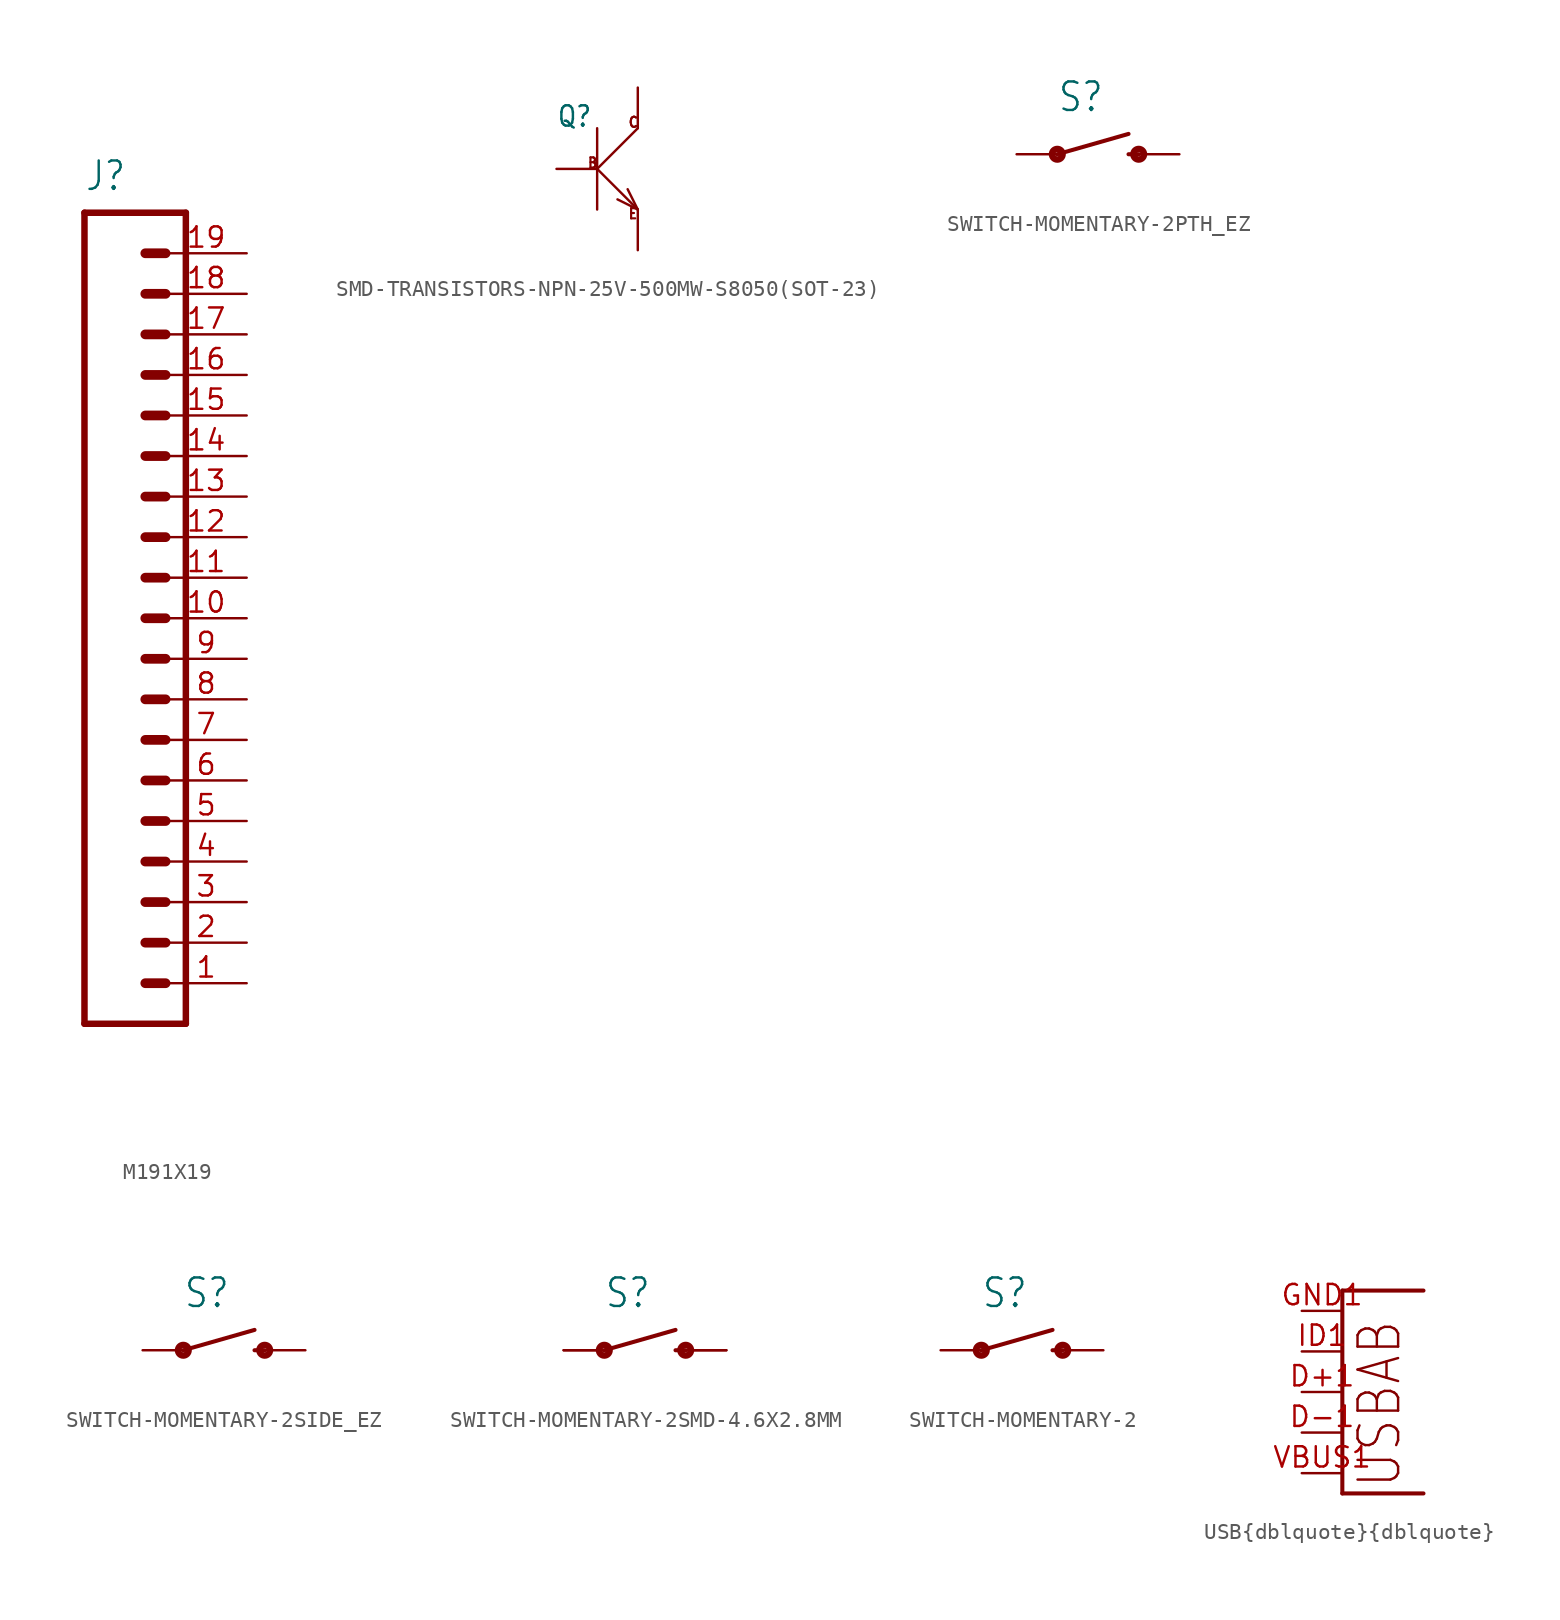
<source format=kicad_sym>
(kicad_symbol_lib
  (version 20231120)
  (generator "kicad_symbol_editor")
  (generator_version "8.0")
  (symbol "M191X19"
    (property "Reference" "J"
      (at 0 26.67 0)
      (effects (font (size 1.778 1.511)) (justify left bottom)))
    (property "Value" ""
      (at 0 -27.94 0)
      (effects (font (size 1.778 1.511)) (justify left bottom)))
    (property "ki_locked" ""
      (at 0 0 0)
      (effects (font (size 1.27 1.27))))
    (symbol "M191X19_1_0"
      (polyline (pts (xy 0 25.4) (xy 0 -25.4)) (stroke (width 0.406) (type solid)) (fill (type none)))
      (polyline (pts (xy 0 25.4) (xy 6.35 25.4)) (stroke (width 0.406) (type solid)) (fill (type none)))
      (polyline (pts (xy 3.81 -22.86) (xy 5.08 -22.86)) (stroke (width 0.61) (type solid)) (fill (type none)))
      (polyline (pts (xy 3.81 -20.32) (xy 5.08 -20.32)) (stroke (width 0.61) (type solid)) (fill (type none)))
      (polyline (pts (xy 3.81 -17.78) (xy 5.08 -17.78)) (stroke (width 0.61) (type solid)) (fill (type none)))
      (polyline (pts (xy 3.81 -15.24) (xy 5.08 -15.24)) (stroke (width 0.61) (type solid)) (fill (type none)))
      (polyline (pts (xy 3.81 -12.7) (xy 5.08 -12.7)) (stroke (width 0.61) (type solid)) (fill (type none)))
      (polyline (pts (xy 3.81 -10.16) (xy 5.08 -10.16)) (stroke (width 0.61) (type solid)) (fill (type none)))
      (polyline (pts (xy 3.81 -7.62) (xy 5.08 -7.62)) (stroke (width 0.61) (type solid)) (fill (type none)))
      (polyline (pts (xy 3.81 -5.08) (xy 5.08 -5.08)) (stroke (width 0.61) (type solid)) (fill (type none)))
      (polyline (pts (xy 3.81 -2.54) (xy 5.08 -2.54)) (stroke (width 0.61) (type solid)) (fill (type none)))
      (polyline (pts (xy 3.81 0) (xy 5.08 0)) (stroke (width 0.61) (type solid)) (fill (type none)))
      (polyline (pts (xy 3.81 2.54) (xy 5.08 2.54)) (stroke (width 0.61) (type solid)) (fill (type none)))
      (polyline (pts (xy 3.81 5.08) (xy 5.08 5.08)) (stroke (width 0.61) (type solid)) (fill (type none)))
      (polyline (pts (xy 3.81 7.62) (xy 5.08 7.62)) (stroke (width 0.61) (type solid)) (fill (type none)))
      (polyline (pts (xy 3.81 10.16) (xy 5.08 10.16)) (stroke (width 0.61) (type solid)) (fill (type none)))
      (polyline (pts (xy 3.81 12.7) (xy 5.08 12.7)) (stroke (width 0.61) (type solid)) (fill (type none)))
      (polyline (pts (xy 3.81 15.24) (xy 5.08 15.24)) (stroke (width 0.61) (type solid)) (fill (type none)))
      (polyline (pts (xy 3.81 17.78) (xy 5.08 17.78)) (stroke (width 0.61) (type solid)) (fill (type none)))
      (polyline (pts (xy 3.81 20.32) (xy 5.08 20.32)) (stroke (width 0.61) (type solid)) (fill (type none)))
      (polyline (pts (xy 3.81 22.86) (xy 5.08 22.86)) (stroke (width 0.61) (type solid)) (fill (type none)))
      (polyline (pts (xy 6.35 -25.4) (xy 0 -25.4)) (stroke (width 0.406) (type solid)) (fill (type none)))
      (polyline (pts (xy 6.35 -25.4) (xy 6.35 25.4)) (stroke (width 0.406) (type solid)) (fill (type none)))
      (pin passive line (at 10.16 -22.86 180) (length 5.08) (name "1" (effects (font (size 0 0)))) (number "1" (effects (font (size 1.27 1.27)))))
      (pin passive line (at 10.16 0 180) (length 5.08) (name "10" (effects (font (size 0 0)))) (number "10" (effects (font (size 1.27 1.27)))))
      (pin passive line (at 10.16 2.54 180) (length 5.08) (name "11" (effects (font (size 0 0)))) (number "11" (effects (font (size 1.27 1.27)))))
      (pin passive line (at 10.16 5.08 180) (length 5.08) (name "12" (effects (font (size 0 0)))) (number "12" (effects (font (size 1.27 1.27)))))
      (pin passive line (at 10.16 7.62 180) (length 5.08) (name "13" (effects (font (size 0 0)))) (number "13" (effects (font (size 1.27 1.27)))))
      (pin passive line (at 10.16 10.16 180) (length 5.08) (name "14" (effects (font (size 0 0)))) (number "14" (effects (font (size 1.27 1.27)))))
      (pin passive line (at 10.16 12.7 180) (length 5.08) (name "15" (effects (font (size 0 0)))) (number "15" (effects (font (size 1.27 1.27)))))
      (pin passive line (at 10.16 15.24 180) (length 5.08) (name "16" (effects (font (size 0 0)))) (number "16" (effects (font (size 1.27 1.27)))))
      (pin passive line (at 10.16 17.78 180) (length 5.08) (name "17" (effects (font (size 0 0)))) (number "17" (effects (font (size 1.27 1.27)))))
      (pin passive line (at 10.16 20.32 180) (length 5.08) (name "18" (effects (font (size 0 0)))) (number "18" (effects (font (size 1.27 1.27)))))
      (pin passive line (at 10.16 22.86 180) (length 5.08) (name "19" (effects (font (size 0 0)))) (number "19" (effects (font (size 1.27 1.27)))))
      (pin passive line (at 10.16 -20.32 180) (length 5.08) (name "2" (effects (font (size 0 0)))) (number "2" (effects (font (size 1.27 1.27)))))
      (pin passive line (at 10.16 -17.78 180) (length 5.08) (name "3" (effects (font (size 0 0)))) (number "3" (effects (font (size 1.27 1.27)))))
      (pin passive line (at 10.16 -15.24 180) (length 5.08) (name "4" (effects (font (size 0 0)))) (number "4" (effects (font (size 1.27 1.27)))))
      (pin passive line (at 10.16 -12.7 180) (length 5.08) (name "5" (effects (font (size 0 0)))) (number "5" (effects (font (size 1.27 1.27)))))
      (pin passive line (at 10.16 -10.16 180) (length 5.08) (name "6" (effects (font (size 0 0)))) (number "6" (effects (font (size 1.27 1.27)))))
      (pin passive line (at 10.16 -7.62 180) (length 5.08) (name "7" (effects (font (size 0 0)))) (number "7" (effects (font (size 1.27 1.27)))))
      (pin passive line (at 10.16 -5.08 180) (length 5.08) (name "8" (effects (font (size 0 0)))) (number "8" (effects (font (size 1.27 1.27)))))
      (pin passive line (at 10.16 -2.54 180) (length 5.08) (name "9" (effects (font (size 0 0)))) (number "9" (effects (font (size 1.27 1.27)))))))
  (symbol "SMD-TRANSISTORS-NPN-25V-500MW-S8050(SOT-23)"
    (property "Reference" "Q"
      (at -2.54 2.54 0)
      (effects (font (size 1.27 1.079)) (justify left bottom)))
    (property "Value" ""
      (at 3.81 2.54 0)
      (effects (font (size 1.27 1.079)) (justify left bottom)))
    (property "ki_locked" ""
      (at 0 0 0)
      (effects (font (size 1.27 1.27))))
    (symbol "SMD-TRANSISTORS-NPN-25V-500MW-S8050(SOT-23)_1_0"
      (polyline (pts (xy 0 -2.54) (xy 0 0)) (stroke (width 0.152) (type solid)) (fill (type none)))
      (polyline (pts (xy 0 0) (xy 0 2.54)) (stroke (width 0.152) (type solid)) (fill (type none)))
      (polyline (pts (xy 0 0) (xy 2.54 -2.54)) (stroke (width 0.152) (type solid)) (fill (type none)))
      (polyline (pts (xy 0 0) (xy 2.54 2.54)) (stroke (width 0.152) (type solid)) (fill (type none)))
      (polyline (pts (xy 2.54 -2.54) (xy 1.27 -1.905)) (stroke (width 0.152) (type solid)) (fill (type none)))
      (polyline (pts (xy 2.54 -2.54) (xy 1.905 -1.27)) (stroke (width 0.152) (type solid)) (fill (type none)))
      (text "B" (at -0.635 0 0) (effects (font (size 0.635 0.54)) (justify left bottom)))
      (text "C" (at 1.905 2.54 0) (effects (font (size 0.635 0.54)) (justify left bottom)))
      (text "E" (at 1.905 -3.175 0) (effects (font (size 0.635 0.54)) (justify left bottom)))
      (pin passive line (at -2.54 0 0) (length 2.54) (name "B" (effects (font (size 0 0)))) (number "1" (effects (font (size 0 0)))))
      (pin passive line (at 2.54 -5.08 90) (length 2.54) (name "E" (effects (font (size 0 0)))) (number "2" (effects (font (size 0 0)))))
      (pin passive line (at 2.54 5.08 270) (length 2.54) (name "C" (effects (font (size 0 0)))) (number "3" (effects (font (size 0 0)))))))
  (symbol "SWITCH-MOMENTARY-2PTH_EZ"
    (property "Reference" "S"
      (at -2.54 2.54 0)
      (effects (font (size 1.778 1.511)) (justify left bottom)))
    (property "Value" ""
      (at -2.54 -2.54 0)
      (effects (font (size 1.778 1.511)) (justify left bottom)))
    (property "ki_locked" ""
      (at 0 0 0)
      (effects (font (size 1.27 1.27))))
    (symbol "SWITCH-MOMENTARY-2PTH_EZ_1_0"
      (circle (center -2.54 0) (radius 0.127) (stroke (width 0.406) (type solid)) (fill (type none)))
      (polyline (pts (xy -2.54 0) (xy 1.905 1.27)) (stroke (width 0.254) (type solid)) (fill (type none)))
      (polyline (pts (xy 1.905 0) (xy 2.54 0)) (stroke (width 0.254) (type solid)) (fill (type none)))
      (circle (center 2.54 0) (radius 0.127) (stroke (width 0.406) (type solid)) (fill (type none)))
      (pin passive line (at -5.08 0 0) (length 2.54) (name "1" (effects (font (size 0 0)))) (number "1" (effects (font (size 0 0)))))
      (pin passive line (at 5.08 0 180) (length 2.54) (name "2" (effects (font (size 0 0)))) (number "3" (effects (font (size 0 0)))))))
  (symbol "SWITCH-MOMENTARY-2SIDE_EZ"
    (property "Reference" "S"
      (at -2.54 2.54 0)
      (effects (font (size 1.778 1.511)) (justify left bottom)))
    (property "Value" ""
      (at -2.54 -2.54 0)
      (effects (font (size 1.778 1.511)) (justify left bottom)))
    (property "ki_locked" ""
      (at 0 0 0)
      (effects (font (size 1.27 1.27))))
    (symbol "SWITCH-MOMENTARY-2SIDE_EZ_1_0"
      (circle (center -2.54 0) (radius 0.127) (stroke (width 0.406) (type solid)) (fill (type none)))
      (polyline (pts (xy -2.54 0) (xy 1.905 1.27)) (stroke (width 0.254) (type solid)) (fill (type none)))
      (polyline (pts (xy 1.905 0) (xy 2.54 0)) (stroke (width 0.254) (type solid)) (fill (type none)))
      (circle (center 2.54 0) (radius 0.127) (stroke (width 0.406) (type solid)) (fill (type none)))
      (pin passive line (at -5.08 0 0) (length 2.54) (name "1" (effects (font (size 0 0)))) (number "1" (effects (font (size 0 0)))))
      (pin passive line (at 5.08 0 180) (length 2.54) (name "2" (effects (font (size 0 0)))) (number "2" (effects (font (size 0 0)))))))
  (symbol "SWITCH-MOMENTARY-2SMD-4.6X2.8MM"
    (property "Reference" "S"
      (at -2.54 2.54 0)
      (effects (font (size 1.778 1.511)) (justify left bottom)))
    (property "Value" ""
      (at -2.54 -2.54 0)
      (effects (font (size 1.778 1.511)) (justify left bottom)))
    (property "ki_locked" ""
      (at 0 0 0)
      (effects (font (size 1.27 1.27))))
    (symbol "SWITCH-MOMENTARY-2SMD-4.6X2.8MM_1_0"
      (circle (center -2.54 0) (radius 0.127) (stroke (width 0.406) (type solid)) (fill (type none)))
      (polyline (pts (xy -2.54 0) (xy 1.905 1.27)) (stroke (width 0.254) (type solid)) (fill (type none)))
      (polyline (pts (xy 1.905 0) (xy 2.54 0)) (stroke (width 0.254) (type solid)) (fill (type none)))
      (circle (center 2.54 0) (radius 0.127) (stroke (width 0.406) (type solid)) (fill (type none)))
      (pin passive line (at -5.08 0 0) (length 2.54) (name "1" (effects (font (size 0 0)))) (number "1" (effects (font (size 0 0)))))
      (pin passive line (at -5.08 0 0) (length 2.54) (name "1" (effects (font (size 0 0)))) (number "2" (effects (font (size 0 0)))))
      (pin passive line (at 5.08 0 180) (length 2.54) (name "2" (effects (font (size 0 0)))) (number "3" (effects (font (size 0 0)))))
      (pin passive line (at 5.08 0 180) (length 2.54) (name "2" (effects (font (size 0 0)))) (number "4" (effects (font (size 0 0)))))))
  (symbol "SWITCH-MOMENTARY-2"
    (property "Reference" "S"
      (at -2.54 2.54 0)
      (effects (font (size 1.778 1.511)) (justify left bottom)))
    (property "Value" ""
      (at -2.54 -2.54 0)
      (effects (font (size 1.778 1.511)) (justify left bottom)))
    (property "ki_locked" ""
      (at 0 0 0)
      (effects (font (size 1.27 1.27))))
    (symbol "SWITCH-MOMENTARY-2_1_0"
      (circle (center -2.54 0) (radius 0.127) (stroke (width 0.406) (type solid)) (fill (type none)))
      (polyline (pts (xy -2.54 0) (xy 1.905 1.27)) (stroke (width 0.254) (type solid)) (fill (type none)))
      (polyline (pts (xy 1.905 0) (xy 2.54 0)) (stroke (width 0.254) (type solid)) (fill (type none)))
      (circle (center 2.54 0) (radius 0.127) (stroke (width 0.406) (type solid)) (fill (type none)))
      (pin passive line (at -5.08 0 0) (length 2.54) (name "1" (effects (font (size 0 0)))) (number "1" (effects (font (size 0 0)))))
      (pin passive line (at 5.08 0 180) (length 2.54) (name "2" (effects (font (size 0 0)))) (number "2" (effects (font (size 0 0)))))))
  (symbol "USB{dblquote}{dblquote}"
    (property "Reference" "U"
      (at 0 0 0)
      (effects (font (size 1.27 1.27)) (hide yes)))
    (property "ki_locked" ""
      (at 0 0 0)
      (effects (font (size 1.27 1.27))))
    (symbol "USB{dblquote}{dblquote}_1_0"
      (polyline (pts (xy -2.54 -6.35) (xy 2.54 -6.35)) (stroke (width 0.254) (type solid)) (fill (type none)))
      (polyline (pts (xy -2.54 6.35) (xy -2.54 -6.35)) (stroke (width 0.254) (type solid)) (fill (type none)))
      (polyline (pts (xy 2.54 6.35) (xy -2.54 6.35)) (stroke (width 0.254) (type solid)) (fill (type none)))
      (text "USBAB" (at 1.27 -6.096 900) (effects (font (size 2.54 2.159)) (justify left bottom)))
      (pin bidirectional line (at -5.08 0 0) (length 2.54) (name "D+" (effects (font (size 0 0)))) (number "D+1" (effects (font (size 1.27 1.27)))))
      (pin bidirectional line (at -5.08 -2.54 0) (length 2.54) (name "D-" (effects (font (size 0 0)))) (number "D-1" (effects (font (size 1.27 1.27)))))
      (pin bidirectional line (at -5.08 5.08 0) (length 2.54) (name "GND" (effects (font (size 0 0)))) (number "GND1" (effects (font (size 1.27 1.27)))))
      (pin bidirectional line (at -5.08 2.54 0) (length 2.54) (name "USBID" (effects (font (size 0 0)))) (number "ID1" (effects (font (size 1.27 1.27)))))
      (pin bidirectional line (at -5.08 -5.08 0) (length 2.54) (name "VBUS" (effects (font (size 0 0)))) (number "VBUS1" (effects (font (size 1.27 1.27))))))))
</source>
